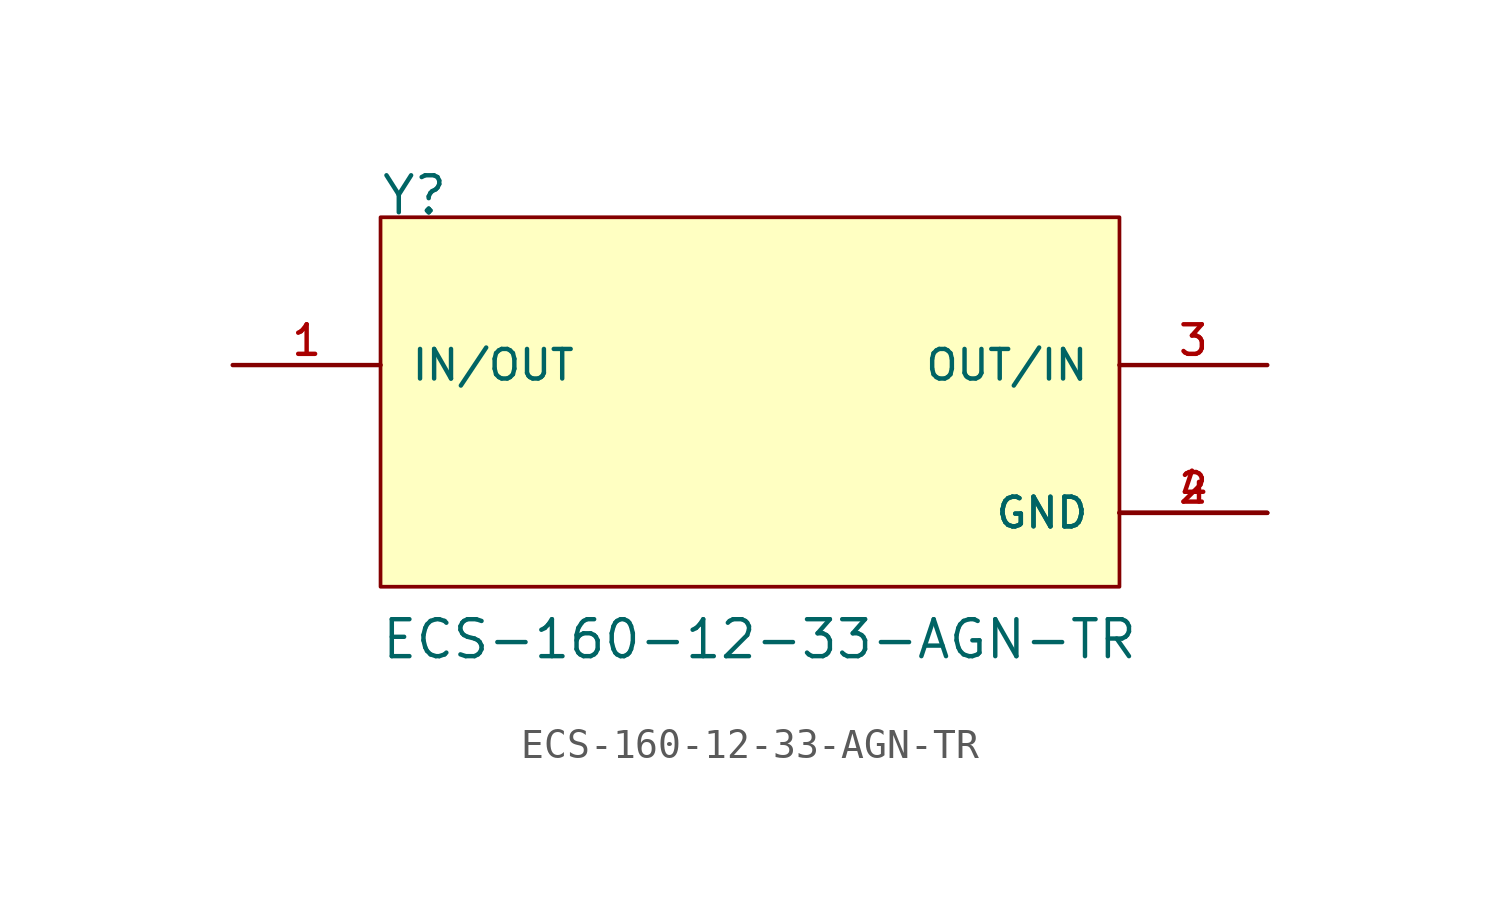
<source format=kicad_sym>
(kicad_symbol_lib
  (version 20211014)
  (generator kicad_symbol_editor)
  (symbol "ECS-160-12-33-AGN-TR"
    (pin_names
      (offset 1.016))
    (property "Reference" "Y"
      (at -12.717 7.63 0)
      (effects (font (size 1.27 1.27)) (justify bottom left)))
    (property "Value" "ECS-160-12-33-AGN-TR"
      (at -12.715 -7.629 0)
      (effects (font (size 1.27 1.27)) (justify bottom left)))
    (symbol "ECS-160-12-33-AGN-TR_0_0"
      (rectangle (start -12.7 -5.08) (end 12.7 7.62) (stroke (width 0.127)) (fill (type background)))
      (pin bidirectional line (at 17.78 2.54 180.0) (length 5.08) (name "OUT/IN" (effects (font (size 1.016 1.016)))) (number "3" (effects (font (size 1.016 1.016)))))
      (pin bidirectional line (at -17.78 2.54 0) (length 5.08) (name "IN/OUT" (effects (font (size 1.016 1.016)))) (number "1" (effects (font (size 1.016 1.016)))))
      (pin power_in line (at 17.78 -2.54 180.0) (length 5.08) (name "GND" (effects (font (size 1.016 1.016)))) (number "2" (effects (font (size 1.016 1.016)))))
      (pin power_in line (at 17.78 -2.54 180.0) (length 5.08) (name "GND" (effects (font (size 1.016 1.016)))) (number "4" (effects (font (size 1.016 1.016))))))))
</source>
